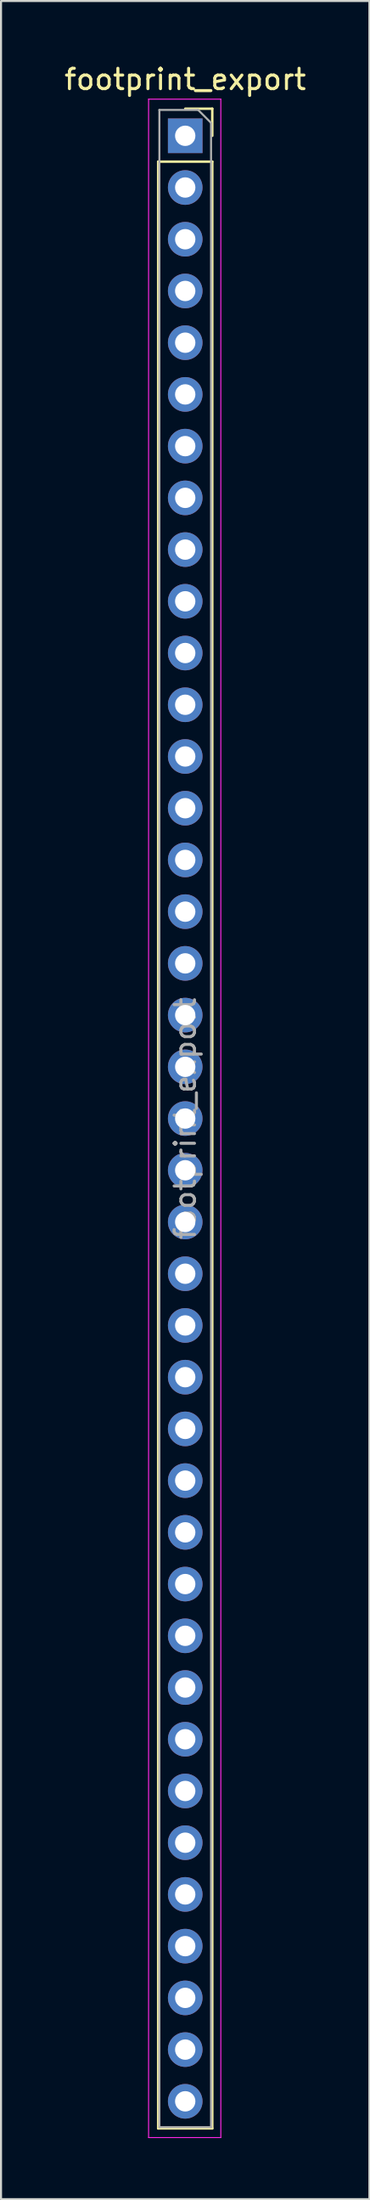
<source format=kicad_pcb>
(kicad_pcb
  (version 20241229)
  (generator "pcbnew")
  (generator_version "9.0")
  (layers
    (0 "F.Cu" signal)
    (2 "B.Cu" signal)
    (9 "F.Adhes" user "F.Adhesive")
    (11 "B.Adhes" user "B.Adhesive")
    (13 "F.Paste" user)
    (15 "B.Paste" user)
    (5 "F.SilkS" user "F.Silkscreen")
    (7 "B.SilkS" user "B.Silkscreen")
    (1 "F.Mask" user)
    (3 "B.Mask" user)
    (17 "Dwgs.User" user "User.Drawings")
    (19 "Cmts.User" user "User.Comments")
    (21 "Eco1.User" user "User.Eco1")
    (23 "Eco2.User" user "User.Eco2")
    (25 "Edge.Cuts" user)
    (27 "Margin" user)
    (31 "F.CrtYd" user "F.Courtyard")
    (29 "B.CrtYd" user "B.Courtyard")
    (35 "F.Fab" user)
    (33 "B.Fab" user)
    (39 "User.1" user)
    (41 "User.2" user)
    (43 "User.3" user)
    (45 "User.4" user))
  (footprint "footprint_export"
    (layer "F.Cu")
    (at 6.054 3.618)
    (property "Reference" "footprint_export" (at 0 -2.77 0) (layer "F.SilkS") (effects (font (size 1 1) (thickness 0.15))))
    (attr through_hole)
    (fp_line (start -1.33 1.27) (end -1.33 97.85) (stroke (width 0.12) (type solid)) (layer "F.SilkS"))
    (fp_line (start -1.33 1.27) (end 1.33 1.27) (stroke (width 0.12) (type solid)) (layer "F.SilkS"))
    (fp_line (start -1.33 97.85) (end 1.33 97.85) (stroke (width 0.12) (type solid)) (layer "F.SilkS"))
    (fp_line (start 0 -1.33) (end 1.33 -1.33) (stroke (width 0.12) (type solid)) (layer "F.SilkS"))
    (fp_line (start 1.33 -1.33) (end 1.33 0) (stroke (width 0.12) (type solid)) (layer "F.SilkS"))
    (fp_line (start 1.33 1.27) (end 1.33 97.85) (stroke (width 0.12) (type solid)) (layer "F.SilkS"))
    (fp_line (start -1.8 -1.8) (end 1.75 -1.8) (stroke (width 0.05) (type solid)) (layer "F.CrtYd"))
    (fp_line (start -1.8 98.3) (end -1.8 -1.8) (stroke (width 0.05) (type solid)) (layer "F.CrtYd"))
    (fp_line (start 1.75 -1.8) (end 1.75 98.3) (stroke (width 0.05) (type solid)) (layer "F.CrtYd"))
    (fp_line (start 1.75 98.3) (end -1.8 98.3) (stroke (width 0.05) (type solid)) (layer "F.CrtYd"))
    (fp_line (start -1.27 -1.27) (end 0.635 -1.27) (stroke (width 0.1) (type solid)) (layer "F.Fab"))
    (fp_line (start -1.27 97.79) (end -1.27 -1.27) (stroke (width 0.1) (type solid)) (layer "F.Fab"))
    (fp_line (start 0.635 -1.27) (end 1.27 -0.635) (stroke (width 0.1) (type solid)) (layer "F.Fab"))
    (fp_line (start 1.27 -0.635) (end 1.27 97.79) (stroke (width 0.1) (type solid)) (layer "F.Fab"))
    (fp_line (start 1.27 97.79) (end -1.27 97.79) (stroke (width 0.1) (type solid)) (layer "F.Fab"))
    (fp_text user "${REFERENCE}" (at 0 48.26 90) (layer "F.Fab") (effects (font (size 1 1) (thickness 0.15))))
    (pad "1" thru_hole rect (at 0 0) (size 1.7 1.7) (drill 1) (layers "*.Cu" "*.Mask"))
    (pad "2" thru_hole oval (at 0 2.54) (size 1.7 1.7) (drill 1) (layers "*.Cu" "*.Mask"))
    (pad "3" thru_hole oval (at 0 5.08) (size 1.7 1.7) (drill 1) (layers "*.Cu" "*.Mask"))
    (pad "4" thru_hole oval (at 0 7.62) (size 1.7 1.7) (drill 1) (layers "*.Cu" "*.Mask"))
    (pad "5" thru_hole oval (at 0 10.16) (size 1.7 1.7) (drill 1) (layers "*.Cu" "*.Mask"))
    (pad "6" thru_hole oval (at 0 12.7) (size 1.7 1.7) (drill 1) (layers "*.Cu" "*.Mask"))
    (pad "7" thru_hole oval (at 0 15.24) (size 1.7 1.7) (drill 1) (layers "*.Cu" "*.Mask"))
    (pad "8" thru_hole oval (at 0 17.78) (size 1.7 1.7) (drill 1) (layers "*.Cu" "*.Mask"))
    (pad "9" thru_hole oval (at 0 20.32) (size 1.7 1.7) (drill 1) (layers "*.Cu" "*.Mask"))
    (pad "10" thru_hole oval (at 0 22.86) (size 1.7 1.7) (drill 1) (layers "*.Cu" "*.Mask"))
    (pad "11" thru_hole oval (at 0 25.4) (size 1.7 1.7) (drill 1) (layers "*.Cu" "*.Mask"))
    (pad "12" thru_hole oval (at 0 27.94) (size 1.7 1.7) (drill 1) (layers "*.Cu" "*.Mask"))
    (pad "13" thru_hole oval (at 0 30.48) (size 1.7 1.7) (drill 1) (layers "*.Cu" "*.Mask"))
    (pad "14" thru_hole oval (at 0 33.02) (size 1.7 1.7) (drill 1) (layers "*.Cu" "*.Mask"))
    (pad "15" thru_hole oval (at 0 35.56) (size 1.7 1.7) (drill 1) (layers "*.Cu" "*.Mask"))
    (pad "16" thru_hole oval (at 0 38.1) (size 1.7 1.7) (drill 1) (layers "*.Cu" "*.Mask"))
    (pad "17" thru_hole oval (at 0 40.64) (size 1.7 1.7) (drill 1) (layers "*.Cu" "*.Mask"))
    (pad "18" thru_hole oval (at 0 43.18) (size 1.7 1.7) (drill 1) (layers "*.Cu" "*.Mask"))
    (pad "19" thru_hole oval (at 0 45.72) (size 1.7 1.7) (drill 1) (layers "*.Cu" "*.Mask"))
    (pad "20" thru_hole oval (at 0 48.26) (size 1.7 1.7) (drill 1) (layers "*.Cu" "*.Mask"))
    (pad "21" thru_hole oval (at 0 50.8) (size 1.7 1.7) (drill 1) (layers "*.Cu" "*.Mask"))
    (pad "22" thru_hole oval (at 0 53.34) (size 1.7 1.7) (drill 1) (layers "*.Cu" "*.Mask"))
    (pad "23" thru_hole oval (at 0 55.88) (size 1.7 1.7) (drill 1) (layers "*.Cu" "*.Mask"))
    (pad "24" thru_hole oval (at 0 58.42) (size 1.7 1.7) (drill 1) (layers "*.Cu" "*.Mask"))
    (pad "25" thru_hole oval (at 0 60.96) (size 1.7 1.7) (drill 1) (layers "*.Cu" "*.Mask"))
    (pad "26" thru_hole oval (at 0 63.5) (size 1.7 1.7) (drill 1) (layers "*.Cu" "*.Mask"))
    (pad "27" thru_hole oval (at 0 66.04) (size 1.7 1.7) (drill 1) (layers "*.Cu" "*.Mask"))
    (pad "28" thru_hole oval (at 0 68.58) (size 1.7 1.7) (drill 1) (layers "*.Cu" "*.Mask"))
    (pad "29" thru_hole oval (at 0 71.12) (size 1.7 1.7) (drill 1) (layers "*.Cu" "*.Mask"))
    (pad "30" thru_hole oval (at 0 73.66) (size 1.7 1.7) (drill 1) (layers "*.Cu" "*.Mask"))
    (pad "31" thru_hole oval (at 0 76.2) (size 1.7 1.7) (drill 1) (layers "*.Cu" "*.Mask"))
    (pad "32" thru_hole oval (at 0 78.74) (size 1.7 1.7) (drill 1) (layers "*.Cu" "*.Mask"))
    (pad "33" thru_hole oval (at 0 81.28) (size 1.7 1.7) (drill 1) (layers "*.Cu" "*.Mask"))
    (pad "34" thru_hole oval (at 0 83.82) (size 1.7 1.7) (drill 1) (layers "*.Cu" "*.Mask"))
    (pad "35" thru_hole oval (at 0 86.36) (size 1.7 1.7) (drill 1) (layers "*.Cu" "*.Mask"))
    (pad "36" thru_hole oval (at 0 88.9) (size 1.7 1.7) (drill 1) (layers "*.Cu" "*.Mask"))
    (pad "37" thru_hole oval (at 0 91.44) (size 1.7 1.7) (drill 1) (layers "*.Cu" "*.Mask"))
    (pad "38" thru_hole oval (at 0 93.98) (size 1.7 1.7) (drill 1) (layers "*.Cu" "*.Mask"))
    (pad "39" thru_hole oval (at 0 96.52) (size 1.7 1.7) (drill 1) (layers "*.Cu" "*.Mask")))
  (gr_rect
    (start -3 -3)
    (end 15.107 104.943)
    (stroke (width 0.1) (type default))
    (fill no)
    (layer "Edge.Cuts")))
</source>
